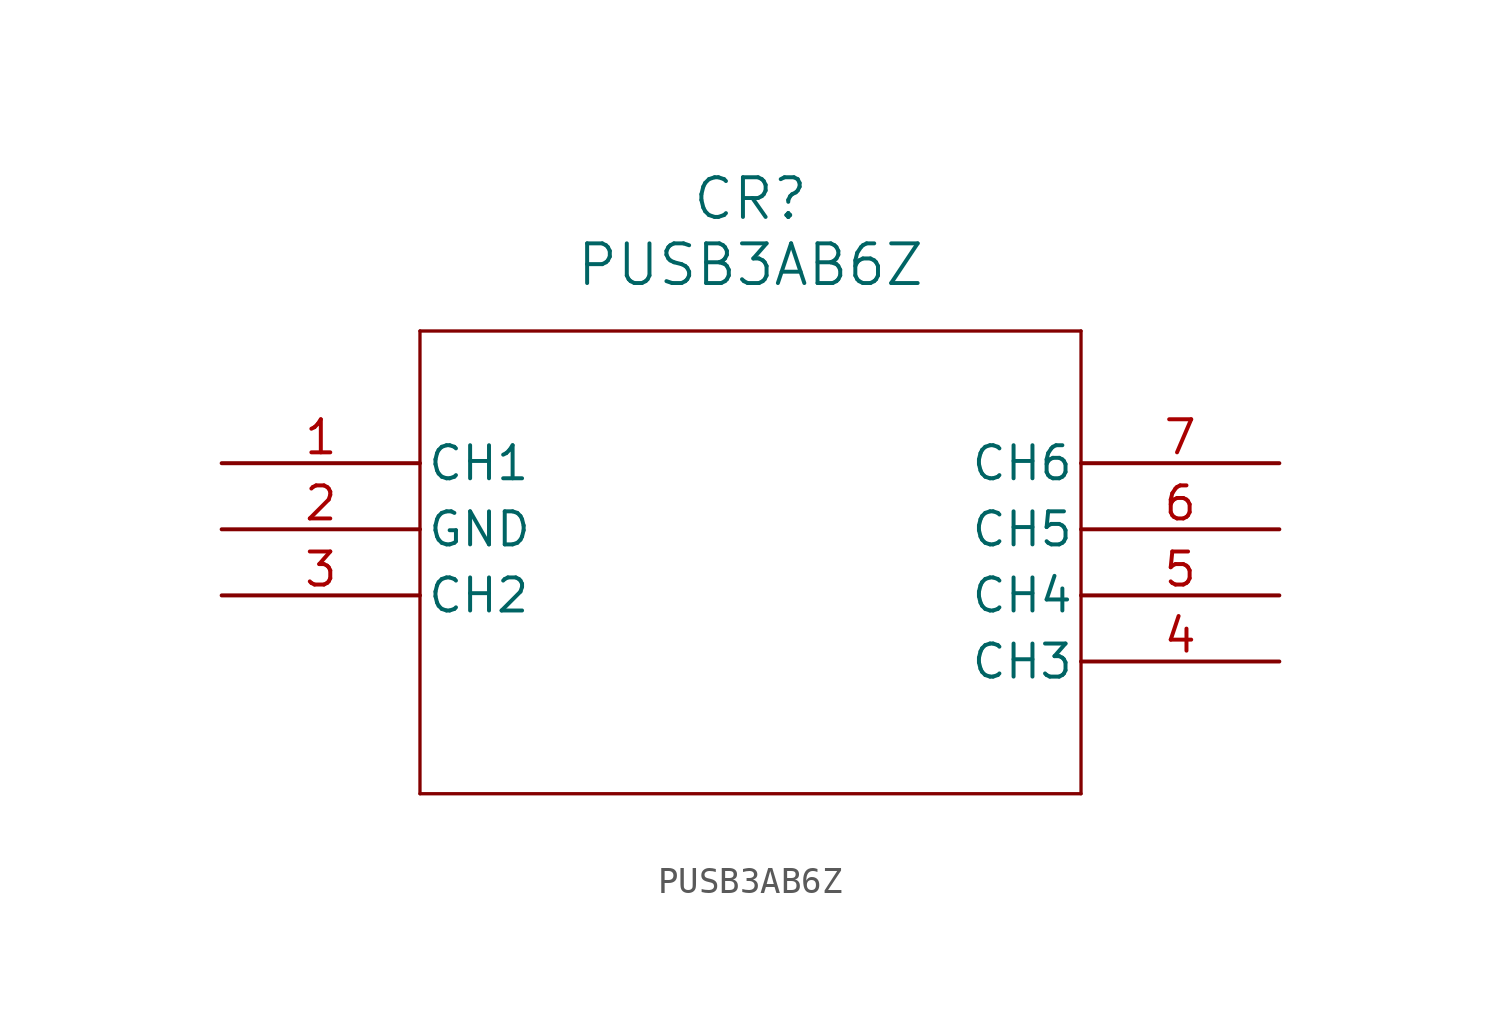
<source format=kicad_sym>
(kicad_symbol_lib
  (version 20211014)
  (generator kicad_symbol_editor)
  (symbol "PUSB3AB6Z"
    (pin_names
      (offset 0.254))
    (property "Reference" "CR"
      (at 20.32 10.16 0)
      (effects (font (size 1.524 1.524))))
    (property "Value" "PUSB3AB6Z"
      (at 20.32 7.62 0)
      (effects (font (size 1.524 1.524))))
    (symbol "PUSB3AB6Z_0_1"
      (polyline (pts (xy 7.62 5.08) (xy 7.62 -12.7)) (stroke (width 0.127) (type default) (color 0 0 0 0)) (fill (type none)))
      (polyline (pts (xy 7.62 -12.7) (xy 33.02 -12.7)) (stroke (width 0.127) (type default) (color 0 0 0 0)) (fill (type none)))
      (polyline (pts (xy 33.02 -12.7) (xy 33.02 5.08)) (stroke (width 0.127) (type default) (color 0 0 0 0)) (fill (type none)))
      (polyline (pts (xy 33.02 5.08) (xy 7.62 5.08)) (stroke (width 0.127) (type default) (color 0 0 0 0)) (fill (type none)))
      (pin unspecified line (at 0 0 0) (length 7.62) (name "CH1" (effects (font (size 1.27 1.27)))) (number "1" (effects (font (size 1.27 1.27)))))
      (pin unspecified line (at 0 -2.54 0) (length 7.62) (name "GND" (effects (font (size 1.27 1.27)))) (number "2" (effects (font (size 1.27 1.27)))))
      (pin unspecified line (at 0 -5.08 0) (length 7.62) (name "CH2" (effects (font (size 1.27 1.27)))) (number "3" (effects (font (size 1.27 1.27)))))
      (pin unspecified line (at 40.64 -7.62 180) (length 7.62) (name "CH3" (effects (font (size 1.27 1.27)))) (number "4" (effects (font (size 1.27 1.27)))))
      (pin unspecified line (at 40.64 -5.08 180) (length 7.62) (name "CH4" (effects (font (size 1.27 1.27)))) (number "5" (effects (font (size 1.27 1.27)))))
      (pin unspecified line (at 40.64 -2.54 180) (length 7.62) (name "CH5" (effects (font (size 1.27 1.27)))) (number "6" (effects (font (size 1.27 1.27)))))
      (pin unspecified line (at 40.64 0 180) (length 7.62) (name "CH6" (effects (font (size 1.27 1.27)))) (number "7" (effects (font (size 1.27 1.27))))))))
</source>
